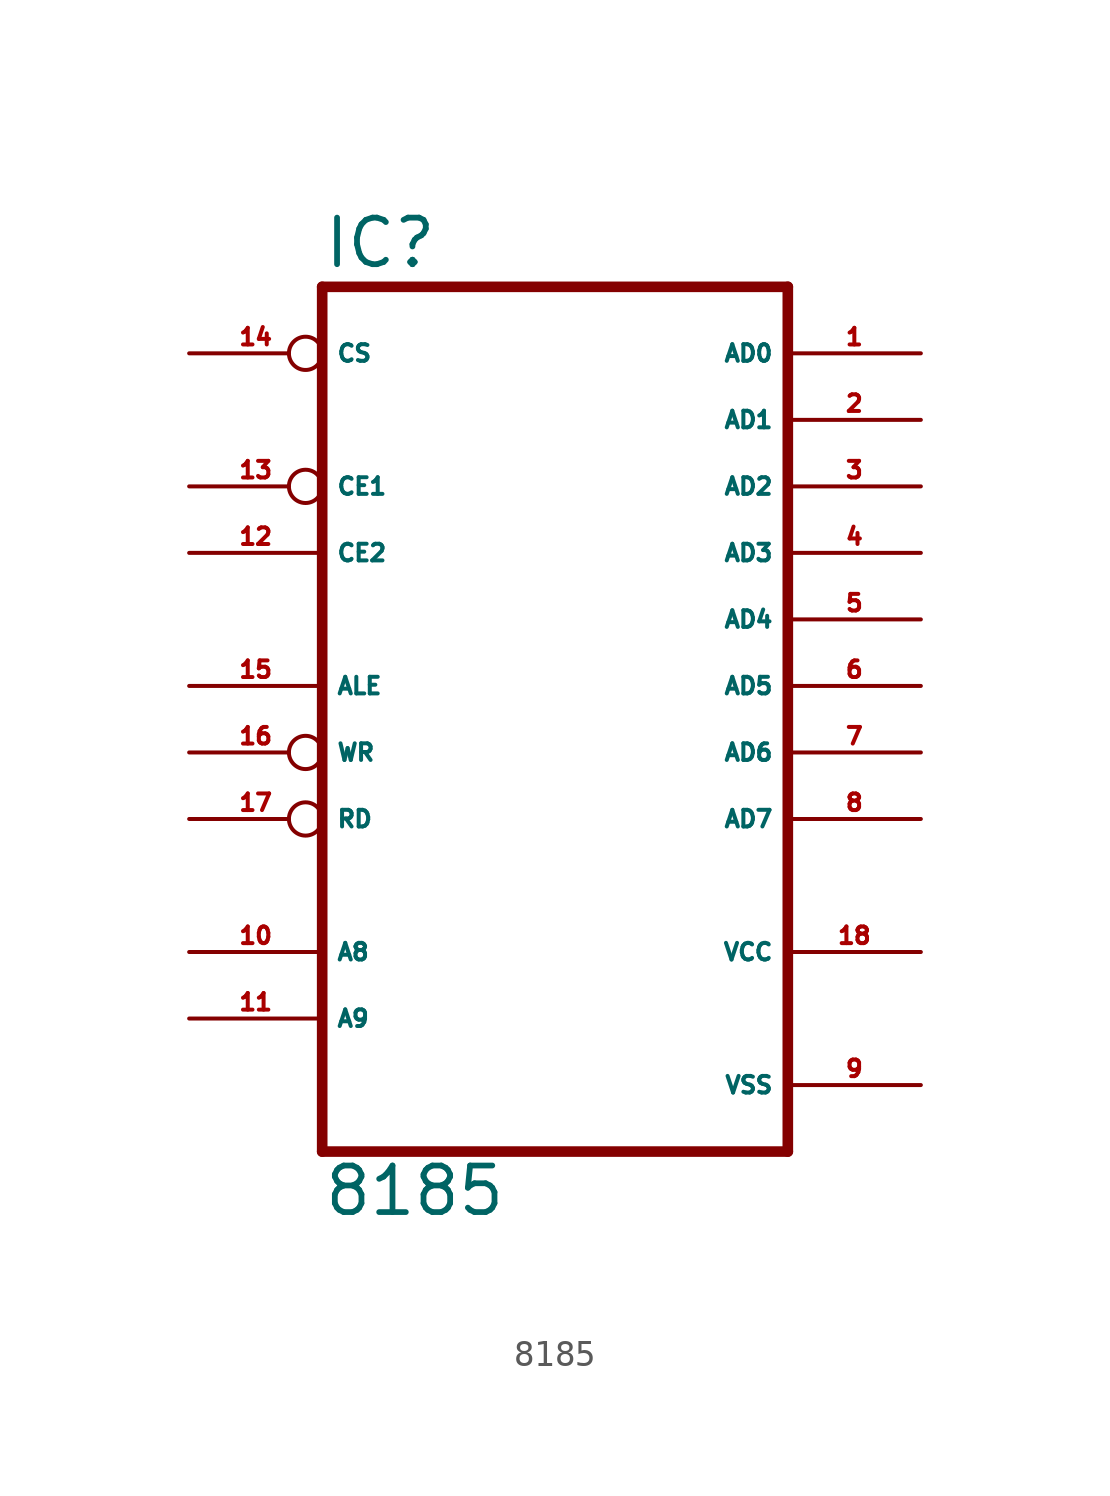
<source format=kicad_sym>
(kicad_symbol_lib
  (version 20220914)
  (generator Eagle2Kicad)
  (symbol "8185"
    (property "Reference" "IC"
      (at -7.62 15.875 0)
      (effects (font (size 1.778 1.778) (thickness 0.22)) (justify left bottom)))
    (property "Value" "8185"
      (at -7.62 -20.32 0)
      (effects (font (size 1.778 1.778) (thickness 0.22)) (justify left bottom)))
    (polyline
      (pts (xy 10.16 15.24) (xy 10.16 -17.78))
      (stroke (width 0.406) (type default))
      (fill (type none)))
    (polyline
      (pts (xy 10.16 15.24) (xy -7.62 15.24))
      (stroke (width 0.406) (type default))
      (fill (type none)))
    (polyline
      (pts (xy -7.62 -17.78) (xy -7.62 15.24))
      (stroke (width 0.406) (type default))
      (fill (type none)))
    (polyline
      (pts (xy -7.62 -17.78) (xy 10.16 -17.78))
      (stroke (width 0.406) (type default))
      (fill (type none)))
    (pin bidirectional line
      (at 15.24 12.7 180)
      (length 5.08)
      (name "AD0" (effects (font (size 0.635 0.635) (thickness 0.08)) (justify left bottom)))
      (number "1" (effects (font (size 0.635 0.635) (thickness 0.08)) (justify left bottom))))
    (pin bidirectional line
      (at 15.24 10.16 180)
      (length 5.08)
      (name "AD1" (effects (font (size 0.635 0.635) (thickness 0.08)) (justify left bottom)))
      (number "2" (effects (font (size 0.635 0.635) (thickness 0.08)) (justify left bottom))))
    (pin bidirectional line
      (at 15.24 7.62 180)
      (length 5.08)
      (name "AD2" (effects (font (size 0.635 0.635) (thickness 0.08)) (justify left bottom)))
      (number "3" (effects (font (size 0.635 0.635) (thickness 0.08)) (justify left bottom))))
    (pin bidirectional line
      (at 15.24 5.08 180)
      (length 5.08)
      (name "AD3" (effects (font (size 0.635 0.635) (thickness 0.08)) (justify left bottom)))
      (number "4" (effects (font (size 0.635 0.635) (thickness 0.08)) (justify left bottom))))
    (pin bidirectional line
      (at 15.24 2.54 180)
      (length 5.08)
      (name "AD4" (effects (font (size 0.635 0.635) (thickness 0.08)) (justify left bottom)))
      (number "5" (effects (font (size 0.635 0.635) (thickness 0.08)) (justify left bottom))))
    (pin bidirectional line
      (at 15.24 0 180)
      (length 5.08)
      (name "AD5" (effects (font (size 0.635 0.635) (thickness 0.08)) (justify left bottom)))
      (number "6" (effects (font (size 0.635 0.635) (thickness 0.08)) (justify left bottom))))
    (pin bidirectional line
      (at 15.24 -2.54 180)
      (length 5.08)
      (name "AD6" (effects (font (size 0.635 0.635) (thickness 0.08)) (justify left bottom)))
      (number "7" (effects (font (size 0.635 0.635) (thickness 0.08)) (justify left bottom))))
    (pin bidirectional line
      (at 15.24 -5.08 180)
      (length 5.08)
      (name "AD7" (effects (font (size 0.635 0.635) (thickness 0.08)) (justify left bottom)))
      (number "8" (effects (font (size 0.635 0.635) (thickness 0.08)) (justify left bottom))))
    (pin input inverted
      (at -12.7 12.7 0)
      (length 5.08)
      (name "CS" (effects (font (size 0.635 0.635) (thickness 0.08)) (justify left bottom)))
      (number "14" (effects (font (size 0.635 0.635) (thickness 0.08)) (justify left bottom))))
    (pin input inverted
      (at -12.7 7.62 0)
      (length 5.08)
      (name "CE1" (effects (font (size 0.635 0.635) (thickness 0.08)) (justify left bottom)))
      (number "13" (effects (font (size 0.635 0.635) (thickness 0.08)) (justify left bottom))))
    (pin input line
      (at -12.7 5.08 0)
      (length 5.08)
      (name "CE2" (effects (font (size 0.635 0.635) (thickness 0.08)) (justify left bottom)))
      (number "12" (effects (font (size 0.635 0.635) (thickness 0.08)) (justify left bottom))))
    (pin input line
      (at -12.7 0 0)
      (length 5.08)
      (name "ALE" (effects (font (size 0.635 0.635) (thickness 0.08)) (justify left bottom)))
      (number "15" (effects (font (size 0.635 0.635) (thickness 0.08)) (justify left bottom))))
    (pin input inverted
      (at -12.7 -2.54 0)
      (length 5.08)
      (name "WR" (effects (font (size 0.635 0.635) (thickness 0.08)) (justify left bottom)))
      (number "16" (effects (font (size 0.635 0.635) (thickness 0.08)) (justify left bottom))))
    (pin unspecified line
      (at 15.24 -10.16 180)
      (length 5.08)
      (name "VCC" (effects (font (size 0.635 0.635) (thickness 0.08)) (justify left bottom)))
      (number "18" (effects (font (size 0.635 0.635) (thickness 0.08)) (justify left bottom))))
    (pin unspecified line
      (at 15.24 -15.24 180)
      (length 5.08)
      (name "VSS" (effects (font (size 0.635 0.635) (thickness 0.08)) (justify left bottom)))
      (number "9" (effects (font (size 0.635 0.635) (thickness 0.08)) (justify left bottom))))
    (pin input line
      (at -12.7 -10.16 0)
      (length 5.08)
      (name "A8" (effects (font (size 0.635 0.635) (thickness 0.08)) (justify left bottom)))
      (number "10" (effects (font (size 0.635 0.635) (thickness 0.08)) (justify left bottom))))
    (pin input line
      (at -12.7 -12.7 0)
      (length 5.08)
      (name "A9" (effects (font (size 0.635 0.635) (thickness 0.08)) (justify left bottom)))
      (number "11" (effects (font (size 0.635 0.635) (thickness 0.08)) (justify left bottom))))
    (pin input inverted
      (at -12.7 -5.08 0)
      (length 5.08)
      (name "RD" (effects (font (size 0.635 0.635) (thickness 0.08)) (justify left bottom)))
      (number "17" (effects (font (size 0.635 0.635) (thickness 0.08)) (justify left bottom))))))
</source>
